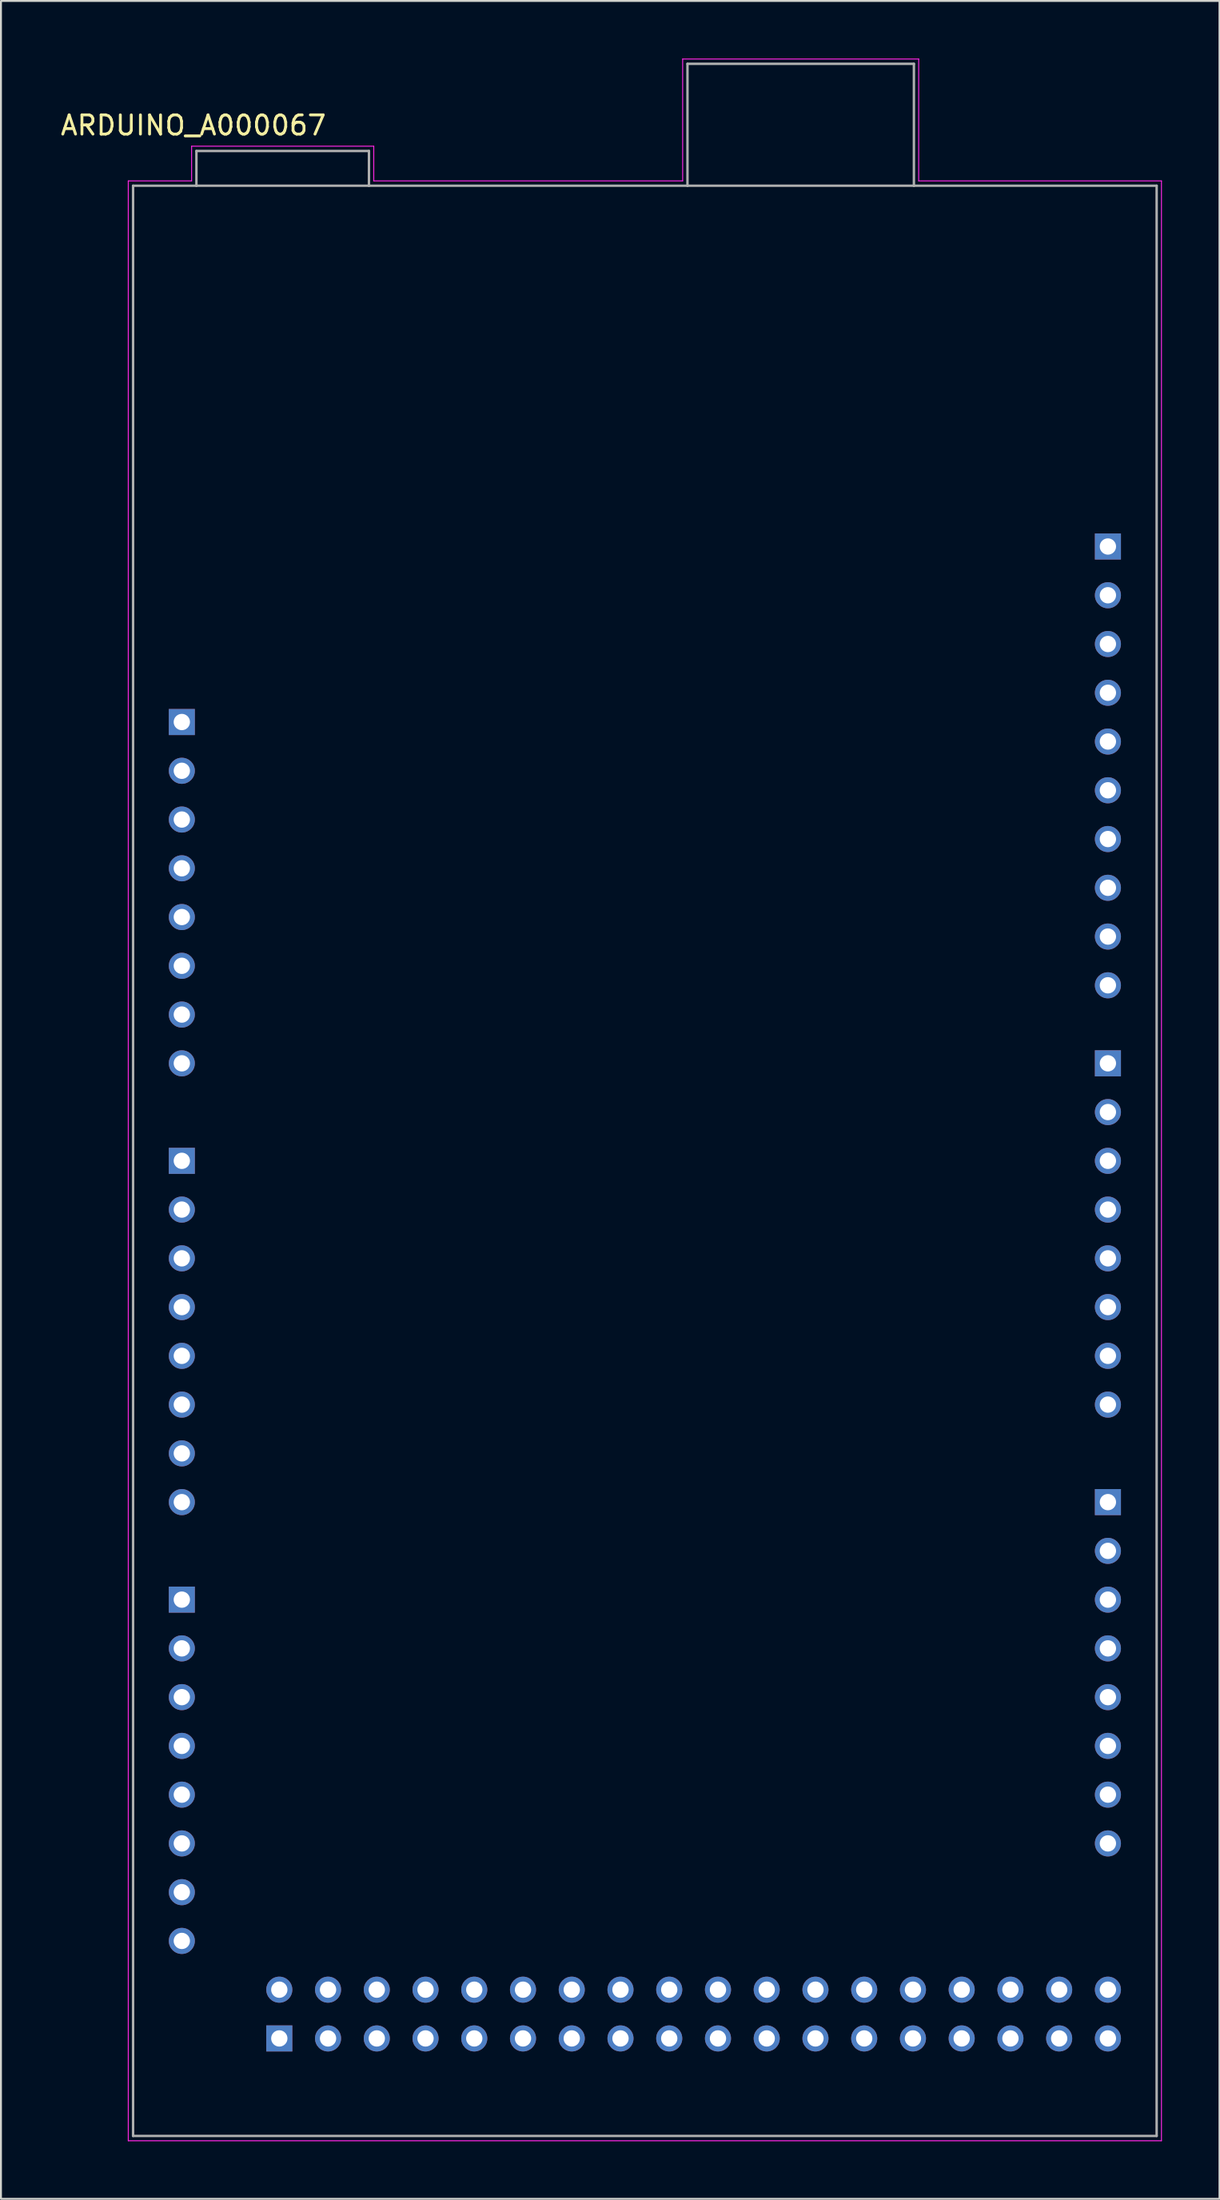
<source format=kicad_pcb>
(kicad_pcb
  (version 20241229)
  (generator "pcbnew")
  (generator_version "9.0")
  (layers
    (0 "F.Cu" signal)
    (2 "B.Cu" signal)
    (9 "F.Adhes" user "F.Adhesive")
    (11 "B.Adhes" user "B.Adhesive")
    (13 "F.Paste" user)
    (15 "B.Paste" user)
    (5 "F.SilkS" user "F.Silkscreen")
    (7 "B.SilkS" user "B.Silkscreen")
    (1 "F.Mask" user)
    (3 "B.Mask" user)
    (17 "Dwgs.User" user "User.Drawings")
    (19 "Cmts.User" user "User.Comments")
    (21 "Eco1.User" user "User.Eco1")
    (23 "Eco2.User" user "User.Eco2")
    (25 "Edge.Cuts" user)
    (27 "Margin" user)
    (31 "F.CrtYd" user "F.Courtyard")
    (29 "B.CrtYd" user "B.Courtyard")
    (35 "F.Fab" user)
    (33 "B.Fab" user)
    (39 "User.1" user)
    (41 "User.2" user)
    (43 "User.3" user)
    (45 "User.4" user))
  (footprint "ARDUINO_A000067"
    (layer "F.Cu")
    (at 30.555 57.425)
    (property "Reference" "ARDUINO_A000067" (at -23.525 -53.945 0) (layer "F.SilkS") (effects (font (size 1 1) (thickness 0.15))))
    (attr through_hole)
    (fp_line (start -26.92 -51.05) (end -23.62 -51.05) (stroke (width 0.05) (type solid)) (layer "F.CrtYd"))
    (fp_line (start -26.92 51.05) (end -26.92 -51.05) (stroke (width 0.05) (type solid)) (layer "F.CrtYd"))
    (fp_line (start -23.62 -52.86) (end -14.128 -52.86) (stroke (width 0.05) (type solid)) (layer "F.CrtYd"))
    (fp_line (start -23.62 -51.05) (end -23.62 -52.86) (stroke (width 0.05) (type solid)) (layer "F.CrtYd"))
    (fp_line (start -14.128 -52.86) (end -14.128 -51.05) (stroke (width 0.05) (type solid)) (layer "F.CrtYd"))
    (fp_line (start -14.128 -51.05) (end 1.97 -51.05) (stroke (width 0.05) (type solid)) (layer "F.CrtYd"))
    (fp_line (start 1.97 -57.4) (end 14.27 -57.4) (stroke (width 0.05) (type solid)) (layer "F.CrtYd"))
    (fp_line (start 1.97 -51.05) (end 1.97 -57.4) (stroke (width 0.05) (type solid)) (layer "F.CrtYd"))
    (fp_line (start 14.27 -57.4) (end 14.27 -51.05) (stroke (width 0.05) (type solid)) (layer "F.CrtYd"))
    (fp_line (start 14.27 -51.05) (end 26.92 -51.05) (stroke (width 0.05) (type solid)) (layer "F.CrtYd"))
    (fp_line (start 26.92 -51.05) (end 26.92 51.05) (stroke (width 0.05) (type solid)) (layer "F.CrtYd"))
    (fp_line (start 26.92 51.05) (end -26.92 51.05) (stroke (width 0.05) (type solid)) (layer "F.CrtYd"))
    (fp_line (start -26.67 -50.8) (end -23.37 -50.8) (stroke (width 0.127) (type solid)) (layer "F.Fab"))
    (fp_line (start -26.67 50.8) (end -26.67 -50.8) (stroke (width 0.127) (type solid)) (layer "F.Fab"))
    (fp_line (start -23.37 -52.61) (end -14.378 -52.61) (stroke (width 0.127) (type solid)) (layer "F.Fab"))
    (fp_line (start -23.37 -50.8) (end -23.37 -52.61) (stroke (width 0.127) (type solid)) (layer "F.Fab"))
    (fp_line (start -23.37 -50.8) (end -14.378 -50.8) (stroke (width 0.127) (type solid)) (layer "F.Fab"))
    (fp_line (start -14.378 -52.61) (end -14.378 -50.8) (stroke (width 0.127) (type solid)) (layer "F.Fab"))
    (fp_line (start -14.378 -50.8) (end 2.22 -50.8) (stroke (width 0.127) (type solid)) (layer "F.Fab"))
    (fp_line (start 2.22 -57.15) (end 2.22 -50.8) (stroke (width 0.127) (type solid)) (layer "F.Fab"))
    (fp_line (start 2.22 -50.8) (end 14.02 -50.8) (stroke (width 0.127) (type solid)) (layer "F.Fab"))
    (fp_line (start 14.02 -57.15) (end 2.22 -57.15) (stroke (width 0.127) (type solid)) (layer "F.Fab"))
    (fp_line (start 14.02 -50.8) (end 14.02 -57.15) (stroke (width 0.127) (type solid)) (layer "F.Fab"))
    (fp_line (start 14.02 -50.8) (end 26.67 -50.8) (stroke (width 0.127) (type solid)) (layer "F.Fab"))
    (fp_line (start 26.67 -50.8) (end 26.67 50.8) (stroke (width 0.127) (type solid)) (layer "F.Fab"))
    (fp_line (start 26.67 50.8) (end -26.67 50.8) (stroke (width 0.127) (type solid)) (layer "F.Fab"))
    (fp_line (start -26.67 -50.8) (end -23.37 -50.8) (stroke (width 0.127) (type solid)) (layer "User.1"))
    (fp_line (start -26.67 50.8) (end -26.67 -50.8) (stroke (width 0.127) (type solid)) (layer "User.1"))
    (fp_line (start -23.37 -52.61) (end -14.378 -52.61) (stroke (width 0.127) (type solid)) (layer "User.1"))
    (fp_line (start -23.37 -50.8) (end -23.37 -52.61) (stroke (width 0.127) (type solid)) (layer "User.1"))
    (fp_line (start -23.37 -50.8) (end -14.378 -50.8) (stroke (width 0.127) (type solid)) (layer "User.1"))
    (fp_line (start -14.378 -52.61) (end -14.378 -50.8) (stroke (width 0.127) (type solid)) (layer "User.1"))
    (fp_line (start -14.378 -50.8) (end 2.22 -50.8) (stroke (width 0.127) (type solid)) (layer "User.1"))
    (fp_line (start 2.22 -57.15) (end 2.22 -50.8) (stroke (width 0.127) (type solid)) (layer "User.1"))
    (fp_line (start 2.22 -50.8) (end 14.02 -50.8) (stroke (width 0.127) (type solid)) (layer "User.1"))
    (fp_line (start 14.02 -57.15) (end 2.22 -57.15) (stroke (width 0.127) (type solid)) (layer "User.1"))
    (fp_line (start 14.02 -50.8) (end 14.02 -57.15) (stroke (width 0.127) (type solid)) (layer "User.1"))
    (fp_line (start 14.02 -50.8) (end 26.67 -50.8) (stroke (width 0.127) (type solid)) (layer "User.1"))
    (fp_line (start 26.67 -50.8) (end 26.67 50.8) (stroke (width 0.127) (type solid)) (layer "User.1"))
    (fp_line (start 26.67 50.8) (end -26.67 50.8) (stroke (width 0.127) (type solid)) (layer "User.1"))
    (pad "0" thru_hole circle (at 24.13 12.7) (size 1.358 1.358) (drill 0.85) (layers "*.Cu" "*.Mask"))
    (pad "1" thru_hole circle (at 24.13 10.16) (size 1.358 1.358) (drill 0.85) (layers "*.Cu" "*.Mask"))
    (pad "2" thru_hole circle (at 24.13 7.62) (size 1.358 1.358) (drill 0.85) (layers "*.Cu" "*.Mask"))
    (pad "3" thru_hole circle (at 24.13 5.08) (size 1.358 1.358) (drill 0.85) (layers "*.Cu" "*.Mask"))
    (pad "3V3" thru_hole circle (at -24.13 -15.24) (size 1.358 1.358) (drill 0.85) (layers "*.Cu" "*.Mask"))
    (pad "4" thru_hole circle (at 24.13 2.54) (size 1.358 1.358) (drill 0.85) (layers "*.Cu" "*.Mask"))
    (pad "5" thru_hole circle (at 24.13 0) (size 1.358 1.358) (drill 0.85) (layers "*.Cu" "*.Mask"))
    (pad "5V_1" thru_hole circle (at -24.13 -12.7) (size 1.358 1.358) (drill 0.85) (layers "*.Cu" "*.Mask"))
    (pad "5V_2" thru_hole circle (at 24.13 43.18) (size 1.358 1.358) (drill 0.85) (layers "*.Cu" "*.Mask"))
    (pad "5V_3" thru_hole circle (at 24.13 45.72) (size 1.358 1.358) (drill 0.85) (layers "*.Cu" "*.Mask"))
    (pad "6" thru_hole circle (at 24.13 -2.54) (size 1.358 1.358) (drill 0.85) (layers "*.Cu" "*.Mask"))
    (pad "7" thru_hole rect (at 24.13 -5.08) (size 1.358 1.358) (drill 0.85) (layers "*.Cu" "*.Mask"))
    (pad "8" thru_hole circle (at 24.13 -9.144) (size 1.358 1.358) (drill 0.85) (layers "*.Cu" "*.Mask"))
    (pad "9" thru_hole circle (at 24.13 -11.684) (size 1.358 1.358) (drill 0.85) (layers "*.Cu" "*.Mask"))
    (pad "10" thru_hole circle (at 24.13 -14.224) (size 1.358 1.358) (drill 0.85) (layers "*.Cu" "*.Mask"))
    (pad "11" thru_hole circle (at 24.13 -16.764) (size 1.358 1.358) (drill 0.85) (layers "*.Cu" "*.Mask"))
    (pad "12" thru_hole circle (at 24.13 -19.304) (size 1.358 1.358) (drill 0.85) (layers "*.Cu" "*.Mask"))
    (pad "13" thru_hole circle (at 24.13 -21.844) (size 1.358 1.358) (drill 0.85) (layers "*.Cu" "*.Mask"))
    (pad "14" thru_hole rect (at 24.13 17.78) (size 1.358 1.358) (drill 0.85) (layers "*.Cu" "*.Mask"))
    (pad "15" thru_hole circle (at 24.13 20.32) (size 1.358 1.358) (drill 0.85) (layers "*.Cu" "*.Mask"))
    (pad "16" thru_hole circle (at 24.13 22.86) (size 1.358 1.358) (drill 0.85) (layers "*.Cu" "*.Mask"))
    (pad "17" thru_hole circle (at 24.13 25.4) (size 1.358 1.358) (drill 0.85) (layers "*.Cu" "*.Mask"))
    (pad "18" thru_hole circle (at 24.13 27.94) (size 1.358 1.358) (drill 0.85) (layers "*.Cu" "*.Mask"))
    (pad "19" thru_hole circle (at 24.13 30.48) (size 1.358 1.358) (drill 0.85) (layers "*.Cu" "*.Mask"))
    (pad "20" thru_hole circle (at 24.13 33.02) (size 1.358 1.358) (drill 0.85) (layers "*.Cu" "*.Mask"))
    (pad "21" thru_hole circle (at 24.13 35.56) (size 1.358 1.358) (drill 0.85) (layers "*.Cu" "*.Mask"))
    (pad "22" thru_hole circle (at 21.59 43.18) (size 1.358 1.358) (drill 0.85) (layers "*.Cu" "*.Mask"))
    (pad "23" thru_hole circle (at 21.59 45.72) (size 1.358 1.358) (drill 0.85) (layers "*.Cu" "*.Mask"))
    (pad "24" thru_hole circle (at 19.05 43.18) (size 1.358 1.358) (drill 0.85) (layers "*.Cu" "*.Mask"))
    (pad "25" thru_hole circle (at 19.05 45.72) (size 1.358 1.358) (drill 0.85) (layers "*.Cu" "*.Mask"))
    (pad "26" thru_hole circle (at 16.51 43.18) (size 1.358 1.358) (drill 0.85) (layers "*.Cu" "*.Mask"))
    (pad "27" thru_hole circle (at 16.51 45.72) (size 1.358 1.358) (drill 0.85) (layers "*.Cu" "*.Mask"))
    (pad "28" thru_hole circle (at 13.97 43.18) (size 1.358 1.358) (drill 0.85) (layers "*.Cu" "*.Mask"))
    (pad "29" thru_hole circle (at 13.97 45.72) (size 1.358 1.358) (drill 0.85) (layers "*.Cu" "*.Mask"))
    (pad "30" thru_hole circle (at 11.43 43.18) (size 1.358 1.358) (drill 0.85) (layers "*.Cu" "*.Mask"))
    (pad "31" thru_hole circle (at 11.43 45.72) (size 1.358 1.358) (drill 0.85) (layers "*.Cu" "*.Mask"))
    (pad "32" thru_hole circle (at 8.89 43.18) (size 1.358 1.358) (drill 0.85) (layers "*.Cu" "*.Mask"))
    (pad "33" thru_hole circle (at 8.89 45.72) (size 1.358 1.358) (drill 0.85) (layers "*.Cu" "*.Mask"))
    (pad "34" thru_hole circle (at 6.35 43.18) (size 1.358 1.358) (drill 0.85) (layers "*.Cu" "*.Mask"))
    (pad "35" thru_hole circle (at 6.35 45.72) (size 1.358 1.358) (drill 0.85) (layers "*.Cu" "*.Mask"))
    (pad "36" thru_hole circle (at 3.81 43.18) (size 1.358 1.358) (drill 0.85) (layers "*.Cu" "*.Mask"))
    (pad "37" thru_hole circle (at 3.81 45.72) (size 1.358 1.358) (drill 0.85) (layers "*.Cu" "*.Mask"))
    (pad "38" thru_hole circle (at 1.27 43.18) (size 1.358 1.358) (drill 0.85) (layers "*.Cu" "*.Mask"))
    (pad "39" thru_hole circle (at 1.27 45.72) (size 1.358 1.358) (drill 0.85) (layers "*.Cu" "*.Mask"))
    (pad "40" thru_hole circle (at -1.27 43.18) (size 1.358 1.358) (drill 0.85) (layers "*.Cu" "*.Mask"))
    (pad "41" thru_hole circle (at -1.27 45.72) (size 1.358 1.358) (drill 0.85) (layers "*.Cu" "*.Mask"))
    (pad "42" thru_hole circle (at -3.81 43.18) (size 1.358 1.358) (drill 0.85) (layers "*.Cu" "*.Mask"))
    (pad "43" thru_hole circle (at -3.81 45.72) (size 1.358 1.358) (drill 0.85) (layers "*.Cu" "*.Mask"))
    (pad "44" thru_hole circle (at -6.35 43.18) (size 1.358 1.358) (drill 0.85) (layers "*.Cu" "*.Mask"))
    (pad "45" thru_hole circle (at -6.35 45.72) (size 1.358 1.358) (drill 0.85) (layers "*.Cu" "*.Mask"))
    (pad "46" thru_hole circle (at -8.89 43.18) (size 1.358 1.358) (drill 0.85) (layers "*.Cu" "*.Mask"))
    (pad "47" thru_hole circle (at -8.89 45.72) (size 1.358 1.358) (drill 0.85) (layers "*.Cu" "*.Mask"))
    (pad "48" thru_hole circle (at -11.43 43.18) (size 1.358 1.358) (drill 0.85) (layers "*.Cu" "*.Mask"))
    (pad "49" thru_hole circle (at -11.43 45.72) (size 1.358 1.358) (drill 0.85) (layers "*.Cu" "*.Mask"))
    (pad "50" thru_hole circle (at -13.97 43.18) (size 1.358 1.358) (drill 0.85) (layers "*.Cu" "*.Mask"))
    (pad "51" thru_hole circle (at -13.97 45.72) (size 1.358 1.358) (drill 0.85) (layers "*.Cu" "*.Mask"))
    (pad "52" thru_hole circle (at -16.51 43.18) (size 1.358 1.358) (drill 0.85) (layers "*.Cu" "*.Mask"))
    (pad "53" thru_hole circle (at -16.51 45.72) (size 1.358 1.358) (drill 0.85) (layers "*.Cu" "*.Mask"))
    (pad "AD1" thru_hole circle (at -24.13 2.54) (size 1.358 1.358) (drill 0.85) (layers "*.Cu" "*.Mask"))
    (pad "AD2" thru_hole circle (at -24.13 5.08) (size 1.358 1.358) (drill 0.85) (layers "*.Cu" "*.Mask"))
    (pad "AD3" thru_hole circle (at -24.13 7.62) (size 1.358 1.358) (drill 0.85) (layers "*.Cu" "*.Mask"))
    (pad "AD4" thru_hole circle (at -24.13 10.16) (size 1.358 1.358) (drill 0.85) (layers "*.Cu" "*.Mask"))
    (pad "AD5" thru_hole circle (at -24.13 12.7) (size 1.358 1.358) (drill 0.85) (layers "*.Cu" "*.Mask"))
    (pad "AD6" thru_hole circle (at -24.13 15.24) (size 1.358 1.358) (drill 0.85) (layers "*.Cu" "*.Mask"))
    (pad "AD7" thru_hole circle (at -24.13 17.78) (size 1.358 1.358) (drill 0.85) (layers "*.Cu" "*.Mask"))
    (pad "AD8" thru_hole rect (at -24.13 22.86) (size 1.358 1.358) (drill 0.85) (layers "*.Cu" "*.Mask"))
    (pad "AD9" thru_hole circle (at -24.13 25.4) (size 1.358 1.358) (drill 0.85) (layers "*.Cu" "*.Mask"))
    (pad "AD10" thru_hole circle (at -24.13 27.94) (size 1.358 1.358) (drill 0.85) (layers "*.Cu" "*.Mask"))
    (pad "AD11" thru_hole circle (at -24.13 30.48) (size 1.358 1.358) (drill 0.85) (layers "*.Cu" "*.Mask"))
    (pad "AD12" thru_hole circle (at -24.13 33.02) (size 1.358 1.358) (drill 0.85) (layers "*.Cu" "*.Mask"))
    (pad "AD13" thru_hole circle (at -24.13 35.56) (size 1.358 1.358) (drill 0.85) (layers "*.Cu" "*.Mask"))
    (pad "AD14" thru_hole circle (at -24.13 38.1) (size 1.358 1.358) (drill 0.85) (layers "*.Cu" "*.Mask"))
    (pad "AD15" thru_hole circle (at -24.13 40.64) (size 1.358 1.358) (drill 0.85) (layers "*.Cu" "*.Mask"))
    (pad "ADO" thru_hole rect (at -24.13 0) (size 1.358 1.358) (drill 0.85) (layers "*.Cu" "*.Mask"))
    (pad "AREF" thru_hole circle (at 24.13 -26.924) (size 1.358 1.358) (drill 0.85) (layers "*.Cu" "*.Mask"))
    (pad "GND1" thru_hole circle (at -24.13 -10.16) (size 1.358 1.358) (drill 0.85) (layers "*.Cu" "*.Mask"))
    (pad "GND2" thru_hole circle (at -24.13 -7.62) (size 1.358 1.358) (drill 0.85) (layers "*.Cu" "*.Mask"))
    (pad "GND3" thru_hole circle (at 24.13 -24.384) (size 1.358 1.358) (drill 0.85) (layers "*.Cu" "*.Mask"))
    (pad "GND4" thru_hole circle (at -19.05 43.18) (size 1.358 1.358) (drill 0.85) (layers "*.Cu" "*.Mask"))
    (pad "GND5" thru_hole rect (at -19.05 45.72) (size 1.358 1.358) (drill 0.85) (layers "*.Cu" "*.Mask"))
    (pad "IOREF" thru_hole circle (at -24.13 -20.32) (size 1.358 1.358) (drill 0.85) (layers "*.Cu" "*.Mask"))
    (pad "NC" thru_hole rect (at -24.13 -22.86) (size 1.358 1.358) (drill 0.85) (layers "*.Cu" "*.Mask"))
    (pad "RESET" thru_hole circle (at -24.13 -17.78) (size 1.358 1.358) (drill 0.85) (layers "*.Cu" "*.Mask"))
    (pad "SCL" thru_hole rect (at 24.13 -32.004) (size 1.358 1.358) (drill 0.85) (layers "*.Cu" "*.Mask"))
    (pad "SDA" thru_hole circle (at 24.13 -29.464) (size 1.358 1.358) (drill 0.85) (layers "*.Cu" "*.Mask"))
    (pad "VIN" thru_hole circle (at -24.13 -5.08) (size 1.358 1.358) (drill 0.85) (layers "*.Cu" "*.Mask")))
  (gr_rect
    (start -3 -3)
    (end 60.5 111.5)
    (stroke (width 0.1) (type default))
    (fill no)
    (layer "Edge.Cuts")))
</source>
